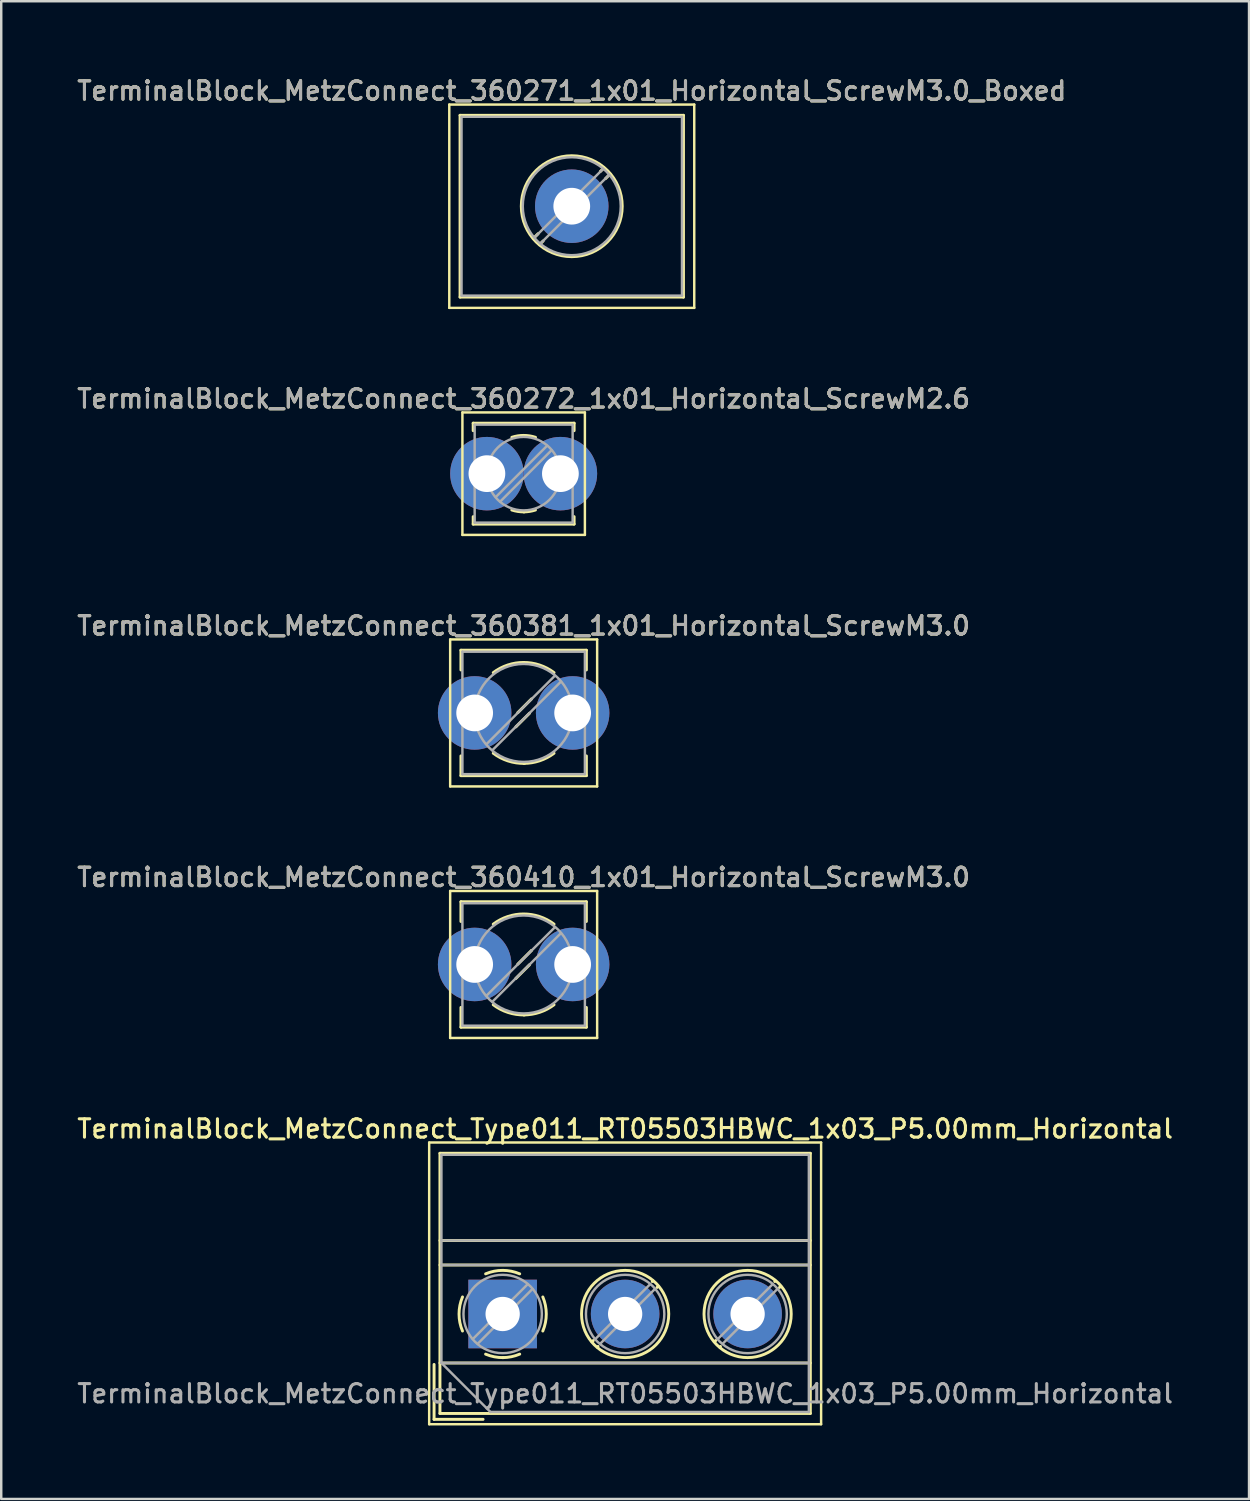
<source format=kicad_pcb>
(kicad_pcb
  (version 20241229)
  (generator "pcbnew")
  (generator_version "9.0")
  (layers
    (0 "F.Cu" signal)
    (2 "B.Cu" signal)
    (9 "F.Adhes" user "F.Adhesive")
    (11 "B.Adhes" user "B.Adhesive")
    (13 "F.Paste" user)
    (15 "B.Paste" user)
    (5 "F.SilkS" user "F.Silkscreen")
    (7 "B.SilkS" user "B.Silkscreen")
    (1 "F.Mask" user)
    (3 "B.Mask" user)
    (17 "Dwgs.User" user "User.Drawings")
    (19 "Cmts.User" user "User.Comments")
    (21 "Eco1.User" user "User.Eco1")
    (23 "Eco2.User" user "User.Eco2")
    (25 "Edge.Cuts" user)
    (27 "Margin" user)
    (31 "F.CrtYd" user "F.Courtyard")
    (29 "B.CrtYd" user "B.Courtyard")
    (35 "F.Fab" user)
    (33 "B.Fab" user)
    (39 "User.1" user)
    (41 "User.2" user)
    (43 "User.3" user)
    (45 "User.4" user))
  (footprint "TerminalBlock_MetzConnect_360272_1x01_Horizontal_ScrewM2.6"
    (layer "F.Cu")
    (at 16.827 16.286)
    (property "Reference" "TerminalBlock_MetzConnect_360272_1x01_Horizontal_ScrewM2.6" (at 1.5 -3.06 0) (layer "F.SilkS") (effects (font (size 0.75 0.75) (thickness 0.125))))
    (attr through_hole)
    (fp_line (start -1 -2.5) (end -1 2.5) (stroke (width 0.1) (type solid)) (layer "F.SilkS"))
    (fp_line (start -1 2.5) (end 4 2.5) (stroke (width 0.1) (type solid)) (layer "F.SilkS"))
    (fp_line (start -0.56 -2.06) (end -0.56 -1.755) (stroke (width 0.12) (type solid)) (layer "F.SilkS"))
    (fp_line (start -0.56 -2.06) (end 3.56 -2.06) (stroke (width 0.12) (type solid)) (layer "F.SilkS"))
    (fp_line (start -0.56 1.755) (end -0.56 2.06) (stroke (width 0.12) (type solid)) (layer "F.SilkS"))
    (fp_line (start -0.56 2.06) (end 3.56 2.06) (stroke (width 0.12) (type solid)) (layer "F.SilkS"))
    (fp_line (start 3.56 -2.06) (end 3.56 -1.755) (stroke (width 0.12) (type solid)) (layer "F.SilkS"))
    (fp_line (start 3.56 1.755) (end 3.56 2.06) (stroke (width 0.12) (type solid)) (layer "F.SilkS"))
    (fp_line (start 4 -2.5) (end -1 -2.5) (stroke (width 0.1) (type solid)) (layer "F.SilkS"))
    (fp_line (start 4 2.5) (end 4 -2.5) (stroke (width 0.1) (type solid)) (layer "F.SilkS"))
    (fp_arc (start 1.018482 -1.484481) (mid 1.500779 -1.560623) (end 1.983 -1.484) (stroke (width 0.12) (type solid)) (layer "F.SilkS"))
    (fp_arc (start 1.526458 1.560399) (mid 1.268555 1.543366) (end 1.017 1.484) (stroke (width 0.12) (type solid)) (layer "F.SilkS"))
    (fp_arc (start 1.982067 1.483648) (mid 1.744038 1.540794) (end 1.5 1.56) (stroke (width 0.12) (type solid)) (layer "F.SilkS"))
    (fp_line (start -0.5 -2) (end -0.5 2) (stroke (width 0.1) (type solid)) (layer "F.Fab"))
    (fp_line (start -0.5 -2) (end 3.5 -2) (stroke (width 0.1) (type solid)) (layer "F.Fab"))
    (fp_line (start -0.5 2) (end 3.5 2) (stroke (width 0.1) (type solid)) (layer "F.Fab"))
    (fp_line (start 2.455 -1.138) (end 0.362 0.955) (stroke (width 0.1) (type solid)) (layer "F.Fab"))
    (fp_line (start 2.638 -0.955) (end 0.545 1.138) (stroke (width 0.1) (type solid)) (layer "F.Fab"))
    (fp_line (start 3.5 -2) (end 3.5 2) (stroke (width 0.1) (type solid)) (layer "F.Fab"))
    (fp_circle (center 1.5 0) (end 3 0) (stroke (width 0.1) (type solid)) (fill no) (layer "F.Fab"))
    (fp_text user "${REFERENCE}" (at 1.5 -3.06 0) (layer "F.Fab") (effects (font (size 0.75 0.75) (thickness 0.125))))
    (pad "1" thru_hole circle (at 0 0) (size 3 3) (drill 1.5) (layers "*.Cu" "*.Mask"))
    (pad "1" thru_hole circle (at 3 0) (size 3 3) (drill 1.5) (layers "*.Cu" "*.Mask")))
  (footprint "TerminalBlock_MetzConnect_Type011_RT05503HBWC_1x03_P5.00mm_Horizontal"
    (layer "F.Cu")
    (at 17.47 50.591)
    (property "Reference" "TerminalBlock_MetzConnect_Type011_RT05503HBWC_1x03_P5.00mm_Horizontal" (at 5 -7.56 0) (layer "F.SilkS") (effects (font (size 0.75 0.75) (thickness 0.125))))
    (attr through_hole)
    (fp_line (start -3 -7) (end -3 4.5) (stroke (width 0.1) (type solid)) (layer "F.SilkS"))
    (fp_line (start -3 4.5) (end 13 4.5) (stroke (width 0.1) (type solid)) (layer "F.SilkS"))
    (fp_line (start -2.8 2.06) (end -2.8 4.3) (stroke (width 0.12) (type solid)) (layer "F.SilkS"))
    (fp_line (start -2.8 4.3) (end -0.8 4.3) (stroke (width 0.12) (type solid)) (layer "F.SilkS"))
    (fp_line (start -2.56 -6.56) (end -2.56 4.06) (stroke (width 0.12) (type solid)) (layer "F.SilkS"))
    (fp_line (start -2.56 -6.56) (end 12.56 -6.56) (stroke (width 0.12) (type solid)) (layer "F.SilkS"))
    (fp_line (start -2.56 -3) (end 12.56 -3) (stroke (width 0.12) (type solid)) (layer "F.SilkS"))
    (fp_line (start -2.56 -2) (end 12.56 -2) (stroke (width 0.12) (type solid)) (layer "F.SilkS"))
    (fp_line (start -2.56 2) (end 12.56 2) (stroke (width 0.12) (type solid)) (layer "F.SilkS"))
    (fp_line (start -2.56 4.06) (end 12.56 4.06) (stroke (width 0.12) (type solid)) (layer "F.SilkS"))
    (fp_line (start 3.7 1.083) (end 3.65 1.133) (stroke (width 0.12) (type solid)) (layer "F.SilkS"))
    (fp_line (start 3.892 1.325) (end 3.868 1.35) (stroke (width 0.12) (type solid)) (layer "F.SilkS"))
    (fp_line (start 6.133 -1.35) (end 6.108 -1.326) (stroke (width 0.12) (type solid)) (layer "F.SilkS"))
    (fp_line (start 6.35 -1.133) (end 6.301 -1.083) (stroke (width 0.12) (type solid)) (layer "F.SilkS"))
    (fp_line (start 8.7 1.083) (end 8.65 1.133) (stroke (width 0.12) (type solid)) (layer "F.SilkS"))
    (fp_line (start 8.892 1.325) (end 8.868 1.35) (stroke (width 0.12) (type solid)) (layer "F.SilkS"))
    (fp_line (start 11.133 -1.35) (end 11.108 -1.326) (stroke (width 0.12) (type solid)) (layer "F.SilkS"))
    (fp_line (start 11.35 -1.133) (end 11.301 -1.083) (stroke (width 0.12) (type solid)) (layer "F.SilkS"))
    (fp_line (start 12.56 -6.56) (end 12.56 4.06) (stroke (width 0.12) (type solid)) (layer "F.SilkS"))
    (fp_line (start 13 -7) (end -3 -7) (stroke (width 0.1) (type solid)) (layer "F.SilkS"))
    (fp_line (start 13 4.5) (end 13 -7) (stroke (width 0.1) (type solid)) (layer "F.SilkS"))
    (fp_arc (start -1.639206 0.695516) (mid -1.780657 -0.000263) (end -1.639 -0.696) (stroke (width 0.12) (type solid)) (layer "F.SilkS"))
    (fp_arc (start -0.695516 -1.639206) (mid 0.000263 -1.780657) (end 0.696 -1.639) (stroke (width 0.12) (type solid)) (layer "F.SilkS"))
    (fp_arc (start 0.030814 1.78039) (mid -0.340023 1.747891) (end -0.696 1.639) (stroke (width 0.12) (type solid)) (layer "F.SilkS"))
    (fp_arc (start 0.695501 1.638499) (mid 0.354875 1.744266) (end 0 1.78) (stroke (width 0.12) (type solid)) (layer "F.SilkS"))
    (fp_arc (start 1.639206 -0.695516) (mid 1.780657 0.000263) (end 1.639 0.696) (stroke (width 0.12) (type solid)) (layer "F.SilkS"))
    (fp_circle (center 5 0) (end 6.78 0) (stroke (width 0.12) (type solid)) (fill no) (layer "F.SilkS"))
    (fp_circle (center 10 0) (end 11.78 0) (stroke (width 0.12) (type solid)) (fill no) (layer "F.SilkS"))
    (fp_line (start -2.5 -6.5) (end 12.5 -6.5) (stroke (width 0.1) (type solid)) (layer "F.Fab"))
    (fp_line (start -2.5 -3) (end 12.5 -3) (stroke (width 0.1) (type solid)) (layer "F.Fab"))
    (fp_line (start -2.5 -2) (end 12.5 -2) (stroke (width 0.1) (type solid)) (layer "F.Fab"))
    (fp_line (start -2.5 2) (end -2.5 -6.5) (stroke (width 0.1) (type solid)) (layer "F.Fab"))
    (fp_line (start -2.5 2) (end 12.5 2) (stroke (width 0.1) (type solid)) (layer "F.Fab"))
    (fp_line (start -0.5 4) (end -2.5 2) (stroke (width 0.1) (type solid)) (layer "F.Fab"))
    (fp_line (start 1.019 -1.214) (end -1.214 1.018) (stroke (width 0.1) (type solid)) (layer "F.Fab"))
    (fp_line (start 1.214 -1.019) (end -1.019 1.214) (stroke (width 0.1) (type solid)) (layer "F.Fab"))
    (fp_line (start 6.019 -1.214) (end 3.787 1.018) (stroke (width 0.1) (type solid)) (layer "F.Fab"))
    (fp_line (start 6.214 -1.019) (end 3.982 1.214) (stroke (width 0.1) (type solid)) (layer "F.Fab"))
    (fp_line (start 11.019 -1.214) (end 8.787 1.018) (stroke (width 0.1) (type solid)) (layer "F.Fab"))
    (fp_line (start 11.214 -1.019) (end 8.982 1.214) (stroke (width 0.1) (type solid)) (layer "F.Fab"))
    (fp_line (start 12.5 -6.5) (end 12.5 4) (stroke (width 0.1) (type solid)) (layer "F.Fab"))
    (fp_line (start 12.5 4) (end -0.5 4) (stroke (width 0.1) (type solid)) (layer "F.Fab"))
    (fp_circle (center 0 0) (end 1.6 0) (stroke (width 0.1) (type solid)) (fill no) (layer "F.Fab"))
    (fp_circle (center 5 0) (end 6.6 0) (stroke (width 0.1) (type solid)) (fill no) (layer "F.Fab"))
    (fp_circle (center 10 0) (end 11.6 0) (stroke (width 0.1) (type solid)) (fill no) (layer "F.Fab"))
    (fp_text user "${REFERENCE}" (at 5 3.25 0) (layer "F.Fab") (effects (font (size 0.75 0.75) (thickness 0.125))))
    (pad "1" thru_hole rect (at 0 0) (size 2.8 2.8) (drill 1.4) (layers "*.Cu" "*.Mask"))
    (pad "2" thru_hole circle (at 5 0) (size 2.8 2.8) (drill 1.4) (layers "*.Cu" "*.Mask"))
    (pad "3" thru_hole circle (at 10 0) (size 2.8 2.8) (drill 1.4) (layers "*.Cu" "*.Mask")))
  (footprint "TerminalBlock_MetzConnect_360410_1x01_Horizontal_ScrewM3.0"
    (layer "F.Cu")
    (at 16.327 36.322)
    (property "Reference" "TerminalBlock_MetzConnect_360410_1x01_Horizontal_ScrewM3.0" (at 2 -3.56 0) (layer "F.SilkS") (effects (font (size 0.75 0.75) (thickness 0.125))))
    (attr through_hole)
    (fp_line (start -1 -3) (end -1 3) (stroke (width 0.1) (type solid)) (layer "F.SilkS"))
    (fp_line (start -1 3) (end 5 3) (stroke (width 0.1) (type solid)) (layer "F.SilkS"))
    (fp_line (start -0.56 -2.56) (end -0.56 -1.755) (stroke (width 0.12) (type solid)) (layer "F.SilkS"))
    (fp_line (start -0.56 -2.56) (end 4.56 -2.56) (stroke (width 0.12) (type solid)) (layer "F.SilkS"))
    (fp_line (start -0.56 1.755) (end -0.56 2.56) (stroke (width 0.12) (type solid)) (layer "F.SilkS"))
    (fp_line (start -0.56 2.56) (end 4.56 2.56) (stroke (width 0.12) (type solid)) (layer "F.SilkS"))
    (fp_line (start 1.68 0.571) (end 1.68 0.571) (stroke (width 0.12) (type solid)) (layer "F.SilkS"))
    (fp_line (start 2.241 0.011) (end 1.708 0.543) (stroke (width 0.12) (type solid)) (layer "F.SilkS"))
    (fp_line (start 2.291 -0.543) (end 1.759 -0.011) (stroke (width 0.12) (type solid)) (layer "F.SilkS"))
    (fp_line (start 2.32 -0.572) (end 2.32 -0.572) (stroke (width 0.12) (type solid)) (layer "F.SilkS"))
    (fp_line (start 4.56 -2.56) (end 4.56 -1.755) (stroke (width 0.12) (type solid)) (layer "F.SilkS"))
    (fp_line (start 4.56 1.755) (end 4.56 2.56) (stroke (width 0.12) (type solid)) (layer "F.SilkS"))
    (fp_line (start 5 -3) (end -1 -3) (stroke (width 0.1) (type solid)) (layer "F.SilkS"))
    (fp_line (start 5 3) (end 5 -3) (stroke (width 0.1) (type solid)) (layer "F.SilkS"))
    (fp_arc (start 0.759554 -1.645664) (mid 1.999721 -2.060805) (end 3.24 -1.646) (stroke (width 0.12) (type solid)) (layer "F.SilkS"))
    (fp_arc (start 2.034842 2.060314) (mid 1.362171 1.959409) (end 0.759 1.645) (stroke (width 0.12) (type solid)) (layer "F.SilkS"))
    (fp_arc (start 3.239739 1.645189) (mid 2.653648 1.953547) (end 2 2.06) (stroke (width 0.12) (type solid)) (layer "F.SilkS"))
    (fp_line (start -0.5 -2.5) (end -0.5 2.5) (stroke (width 0.1) (type solid)) (layer "F.Fab"))
    (fp_line (start -0.5 -2.5) (end 4.5 -2.5) (stroke (width 0.1) (type solid)) (layer "F.Fab"))
    (fp_line (start -0.5 2.5) (end 4.5 2.5) (stroke (width 0.1) (type solid)) (layer "F.Fab"))
    (fp_line (start 3.273 -1.517) (end 0.483 1.273) (stroke (width 0.1) (type solid)) (layer "F.Fab"))
    (fp_line (start 3.517 -1.273) (end 0.727 1.517) (stroke (width 0.1) (type solid)) (layer "F.Fab"))
    (fp_line (start 4.5 -2.5) (end 4.5 2.5) (stroke (width 0.1) (type solid)) (layer "F.Fab"))
    (fp_circle (center 2 0) (end 4 0) (stroke (width 0.1) (type solid)) (fill no) (layer "F.Fab"))
    (fp_text user "${REFERENCE}" (at 2 -3.56 0) (layer "F.Fab") (effects (font (size 0.75 0.75) (thickness 0.125))))
    (pad "1" thru_hole circle (at 0 0) (size 3 3) (drill 1.5) (layers "*.Cu" "*.Mask"))
    (pad "1" thru_hole circle (at 4 0) (size 3 3) (drill 1.5) (layers "*.Cu" "*.Mask")))
  (footprint "TerminalBlock_MetzConnect_360381_1x01_Horizontal_ScrewM3.0"
    (layer "F.Cu")
    (at 16.327 26.054)
    (property "Reference" "TerminalBlock_MetzConnect_360381_1x01_Horizontal_ScrewM3.0" (at 2 -3.56 0) (layer "F.SilkS") (effects (font (size 0.75 0.75) (thickness 0.125))))
    (attr through_hole)
    (fp_line (start -1 -3) (end -1 3) (stroke (width 0.1) (type solid)) (layer "F.SilkS"))
    (fp_line (start -1 3) (end 5 3) (stroke (width 0.1) (type solid)) (layer "F.SilkS"))
    (fp_line (start -0.56 -2.56) (end -0.56 -1.755) (stroke (width 0.12) (type solid)) (layer "F.SilkS"))
    (fp_line (start -0.56 -2.56) (end 4.56 -2.56) (stroke (width 0.12) (type solid)) (layer "F.SilkS"))
    (fp_line (start -0.56 1.755) (end -0.56 2.56) (stroke (width 0.12) (type solid)) (layer "F.SilkS"))
    (fp_line (start -0.56 2.56) (end 4.56 2.56) (stroke (width 0.12) (type solid)) (layer "F.SilkS"))
    (fp_line (start 1.68 0.571) (end 1.68 0.571) (stroke (width 0.12) (type solid)) (layer "F.SilkS"))
    (fp_line (start 2.241 0.011) (end 1.708 0.543) (stroke (width 0.12) (type solid)) (layer "F.SilkS"))
    (fp_line (start 2.291 -0.543) (end 1.759 -0.011) (stroke (width 0.12) (type solid)) (layer "F.SilkS"))
    (fp_line (start 2.32 -0.572) (end 2.32 -0.572) (stroke (width 0.12) (type solid)) (layer "F.SilkS"))
    (fp_line (start 4.56 -2.56) (end 4.56 -1.755) (stroke (width 0.12) (type solid)) (layer "F.SilkS"))
    (fp_line (start 4.56 1.755) (end 4.56 2.56) (stroke (width 0.12) (type solid)) (layer "F.SilkS"))
    (fp_line (start 5 -3) (end -1 -3) (stroke (width 0.1) (type solid)) (layer "F.SilkS"))
    (fp_line (start 5 3) (end 5 -3) (stroke (width 0.1) (type solid)) (layer "F.SilkS"))
    (fp_arc (start 0.759554 -1.645664) (mid 1.999721 -2.060805) (end 3.24 -1.646) (stroke (width 0.12) (type solid)) (layer "F.SilkS"))
    (fp_arc (start 2.034842 2.060314) (mid 1.362171 1.959409) (end 0.759 1.645) (stroke (width 0.12) (type solid)) (layer "F.SilkS"))
    (fp_arc (start 3.239739 1.645189) (mid 2.653648 1.953547) (end 2 2.06) (stroke (width 0.12) (type solid)) (layer "F.SilkS"))
    (fp_line (start -0.5 -2.5) (end -0.5 2.5) (stroke (width 0.1) (type solid)) (layer "F.Fab"))
    (fp_line (start -0.5 -2.5) (end 4.5 -2.5) (stroke (width 0.1) (type solid)) (layer "F.Fab"))
    (fp_line (start -0.5 2.5) (end 4.5 2.5) (stroke (width 0.1) (type solid)) (layer "F.Fab"))
    (fp_line (start 3.273 -1.517) (end 0.483 1.273) (stroke (width 0.1) (type solid)) (layer "F.Fab"))
    (fp_line (start 3.517 -1.273) (end 0.727 1.517) (stroke (width 0.1) (type solid)) (layer "F.Fab"))
    (fp_line (start 4.5 -2.5) (end 4.5 2.5) (stroke (width 0.1) (type solid)) (layer "F.Fab"))
    (fp_circle (center 2 0) (end 4 0) (stroke (width 0.1) (type solid)) (fill no) (layer "F.Fab"))
    (fp_text user "${REFERENCE}" (at 2 -3.56 0) (layer "F.Fab") (effects (font (size 0.75 0.75) (thickness 0.125))))
    (pad "1" thru_hole circle (at 0 0) (size 3 3) (drill 1.5) (layers "*.Cu" "*.Mask"))
    (pad "1" thru_hole circle (at 4 0) (size 3 3) (drill 1.5) (layers "*.Cu" "*.Mask")))
  (footprint "TerminalBlock_MetzConnect_360271_1x01_Horizontal_ScrewM3.0_Boxed"
    (layer "F.Cu")
    (at 20.291 5.368)
    (property "Reference" "TerminalBlock_MetzConnect_360271_1x01_Horizontal_ScrewM3.0_Boxed" (at 0 -4.71 0) (layer "F.SilkS") (effects (font (size 0.75 0.75) (thickness 0.125))))
    (attr through_hole)
    (fp_line (start -5 -4.15) (end -5 4.15) (stroke (width 0.1) (type solid)) (layer "F.SilkS"))
    (fp_line (start -5 4.15) (end 5 4.15) (stroke (width 0.1) (type solid)) (layer "F.SilkS"))
    (fp_line (start -4.56 -3.71) (end -4.56 3.71) (stroke (width 0.12) (type solid)) (layer "F.SilkS"))
    (fp_line (start -4.56 -3.71) (end 4.56 -3.71) (stroke (width 0.12) (type solid)) (layer "F.SilkS"))
    (fp_line (start -4.56 3.71) (end 4.56 3.71) (stroke (width 0.12) (type solid)) (layer "F.SilkS"))
    (fp_line (start -1.376 1.124) (end -1.563 1.311) (stroke (width 0.12) (type solid)) (layer "F.SilkS"))
    (fp_line (start -1.168 1.419) (end -1.312 1.563) (stroke (width 0.12) (type solid)) (layer "F.SilkS"))
    (fp_line (start 1.312 -1.563) (end 1.168 -1.419) (stroke (width 0.12) (type solid)) (layer "F.SilkS"))
    (fp_line (start 1.563 -1.311) (end 1.376 -1.125) (stroke (width 0.12) (type solid)) (layer "F.SilkS"))
    (fp_line (start 4.56 -3.71) (end 4.56 3.71) (stroke (width 0.12) (type solid)) (layer "F.SilkS"))
    (fp_line (start 5 -4.15) (end -5 -4.15) (stroke (width 0.1) (type solid)) (layer "F.SilkS"))
    (fp_line (start 5 4.15) (end 5 -4.15) (stroke (width 0.1) (type solid)) (layer "F.SilkS"))
    (fp_circle (center 0 0) (end 2.06 0) (stroke (width 0.12) (type solid)) (fill no) (layer "F.SilkS"))
    (fp_line (start -4.5 -3.65) (end -4.5 3.65) (stroke (width 0.1) (type solid)) (layer "F.Fab"))
    (fp_line (start -4.5 -3.65) (end 4.5 -3.65) (stroke (width 0.1) (type solid)) (layer "F.Fab"))
    (fp_line (start -4.5 3.65) (end 4.5 3.65) (stroke (width 0.1) (type solid)) (layer "F.Fab"))
    (fp_line (start 1.273 -1.517) (end -1.517 1.273) (stroke (width 0.1) (type solid)) (layer "F.Fab"))
    (fp_line (start 1.517 -1.273) (end -1.273 1.517) (stroke (width 0.1) (type solid)) (layer "F.Fab"))
    (fp_line (start 4.5 -3.65) (end 4.5 3.65) (stroke (width 0.1) (type solid)) (layer "F.Fab"))
    (fp_circle (center 0 0) (end 2 0) (stroke (width 0.1) (type solid)) (fill no) (layer "F.Fab"))
    (fp_text user "${REFERENCE}" (at 0 -4.71 0) (layer "F.Fab") (effects (font (size 0.75 0.75) (thickness 0.125))))
    (pad "1" thru_hole circle (at 0 0) (size 3 3) (drill 1.5) (layers "*.Cu" "*.Mask")))
  (gr_rect
    (start -3 -3)
    (end 47.939 58.141)
    (stroke (width 0.1) (type default))
    (fill no)
    (layer "Edge.Cuts")))
</source>
